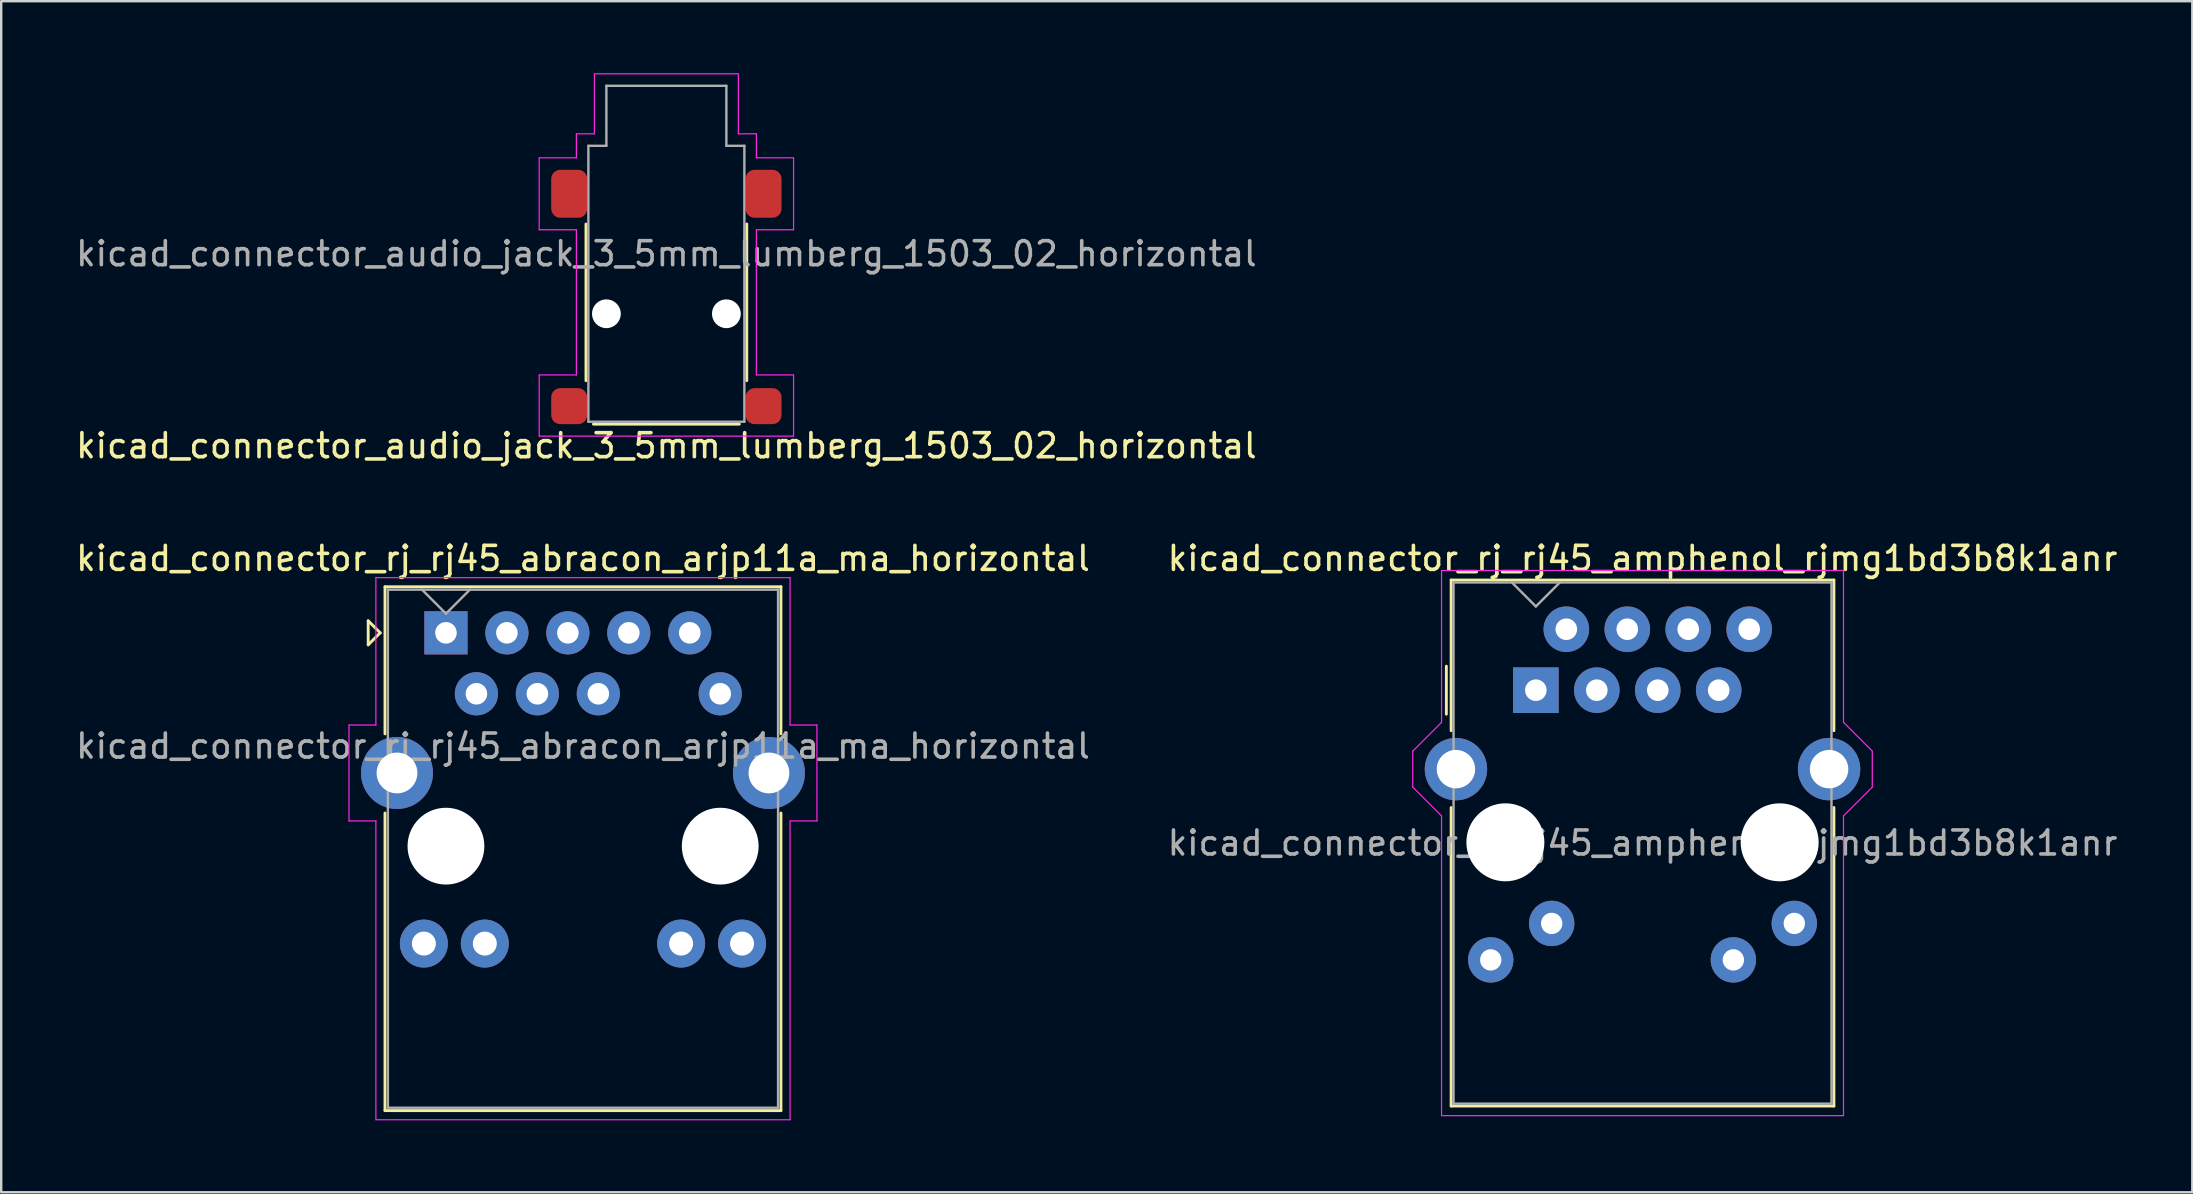
<source format=kicad_pcb>
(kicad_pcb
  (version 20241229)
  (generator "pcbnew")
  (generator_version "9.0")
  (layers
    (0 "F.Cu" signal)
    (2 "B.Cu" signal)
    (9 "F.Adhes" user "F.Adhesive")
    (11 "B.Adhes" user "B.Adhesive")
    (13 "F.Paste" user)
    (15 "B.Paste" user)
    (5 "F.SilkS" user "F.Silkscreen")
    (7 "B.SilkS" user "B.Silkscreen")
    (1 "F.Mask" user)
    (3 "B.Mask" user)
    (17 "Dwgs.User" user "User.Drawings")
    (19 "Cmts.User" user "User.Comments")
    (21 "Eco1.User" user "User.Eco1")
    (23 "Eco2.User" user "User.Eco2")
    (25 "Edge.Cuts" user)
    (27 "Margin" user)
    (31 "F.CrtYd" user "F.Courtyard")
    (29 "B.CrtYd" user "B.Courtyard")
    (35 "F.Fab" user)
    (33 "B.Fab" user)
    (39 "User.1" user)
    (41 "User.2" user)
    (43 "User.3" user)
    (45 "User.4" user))
  (footprint "kicad_connector_rj_rj45_abracon_arjp11a_ma_horizontal"
    (layer "F.Cu")
    (at 15.534 23.322)
    (property "Reference" "kicad_connector_rj_rj45_abracon_arjp11a_ma_horizontal" (at 5.71 -3.1 0) (layer "F.SilkS") (effects (font (size 1 1) (thickness 0.15))))
    (attr through_hole)
    (fp_line (start -3.24 -0.5) (end -3.24 0.5) (stroke (width 0.12) (type solid)) (layer "F.SilkS"))
    (fp_line (start -3.24 0.5) (end -2.74 0) (stroke (width 0.12) (type solid)) (layer "F.SilkS"))
    (fp_line (start -2.74 0) (end -3.24 -0.5) (stroke (width 0.12) (type solid)) (layer "F.SilkS"))
    (fp_line (start -2.54 -1.92) (end -2.54 4.21) (stroke (width 0.12) (type solid)) (layer "F.SilkS"))
    (fp_line (start -2.54 -1.92) (end 13.96 -1.92) (stroke (width 0.12) (type solid)) (layer "F.SilkS"))
    (fp_line (start -2.54 7.51) (end -2.54 19.91) (stroke (width 0.12) (type solid)) (layer "F.SilkS"))
    (fp_line (start -2.54 19.91) (end 13.96 19.91) (stroke (width 0.12) (type solid)) (layer "F.SilkS"))
    (fp_line (start 13.96 -1.92) (end 13.96 4.21) (stroke (width 0.12) (type solid)) (layer "F.SilkS"))
    (fp_line (start 13.96 7.51) (end 13.96 19.91) (stroke (width 0.12) (type solid)) (layer "F.SilkS"))
    (fp_line (start -4.04 3.84) (end -4.04 7.84) (stroke (width 0.05) (type solid)) (layer "F.CrtYd"))
    (fp_line (start -4.04 7.84) (end -2.92 7.84) (stroke (width 0.05) (type solid)) (layer "F.CrtYd"))
    (fp_line (start -2.92 -2.3) (end -2.92 3.84) (stroke (width 0.05) (type solid)) (layer "F.CrtYd"))
    (fp_line (start -2.92 -2.3) (end 14.34 -2.3) (stroke (width 0.05) (type solid)) (layer "F.CrtYd"))
    (fp_line (start -2.92 3.84) (end -4.04 3.84) (stroke (width 0.05) (type solid)) (layer "F.CrtYd"))
    (fp_line (start -2.92 7.84) (end -2.92 20.29) (stroke (width 0.05) (type solid)) (layer "F.CrtYd"))
    (fp_line (start -2.92 20.29) (end 14.34 20.29) (stroke (width 0.05) (type solid)) (layer "F.CrtYd"))
    (fp_line (start 14.34 -2.3) (end 14.34 3.84) (stroke (width 0.05) (type solid)) (layer "F.CrtYd"))
    (fp_line (start 14.34 7.84) (end 14.34 20.29) (stroke (width 0.05) (type solid)) (layer "F.CrtYd"))
    (fp_line (start 14.34 7.84) (end 15.46 7.84) (stroke (width 0.05) (type solid)) (layer "F.CrtYd"))
    (fp_line (start 15.46 3.84) (end 14.34 3.84) (stroke (width 0.05) (type solid)) (layer "F.CrtYd"))
    (fp_line (start 15.46 3.84) (end 15.46 7.84) (stroke (width 0.05) (type solid)) (layer "F.CrtYd"))
    (fp_line (start -2.42 -1.8) (end 13.84 -1.8) (stroke (width 0.1) (type solid)) (layer "F.Fab"))
    (fp_line (start -2.42 19.79) (end -2.42 -1.8) (stroke (width 0.1) (type solid)) (layer "F.Fab"))
    (fp_line (start 0 -0.8) (end -1 -1.8) (stroke (width 0.1) (type default)) (layer "F.Fab"))
    (fp_line (start 1 -1.8) (end 0 -0.8) (stroke (width 0.1) (type default)) (layer "F.Fab"))
    (fp_line (start 13.84 -1.8) (end 13.84 19.79) (stroke (width 0.1) (type solid)) (layer "F.Fab"))
    (fp_line (start 13.84 19.79) (end -2.42 19.79) (stroke (width 0.1) (type solid)) (layer "F.Fab"))
    (fp_text user "${REFERENCE}" (at 5.71 4.72 0) (layer "F.Fab") (effects (font (size 1 1) (thickness 0.15))))
    (pad "" np_thru_hole circle (at 0 8.89) (size 3.2 3.2) (drill 3.2) (layers "*.Cu" "*.Mask"))
    (pad "" np_thru_hole circle (at 11.43 8.89) (size 3.2 3.2) (drill 3.2) (layers "*.Cu" "*.Mask"))
    (pad "1" thru_hole rect (at 0 0) (size 1.8 1.8) (drill 0.9) (layers "*.Cu" "*.Mask"))
    (pad "2" thru_hole circle (at 1.27 2.54) (size 1.8 1.8) (drill 0.9) (layers "*.Cu" "*.Mask"))
    (pad "3" thru_hole circle (at 2.54 0) (size 1.8 1.8) (drill 0.9) (layers "*.Cu" "*.Mask"))
    (pad "4" thru_hole circle (at 3.81 2.54) (size 1.8 1.8) (drill 0.9) (layers "*.Cu" "*.Mask"))
    (pad "5" thru_hole circle (at 5.08 0) (size 1.8 1.8) (drill 0.9) (layers "*.Cu" "*.Mask"))
    (pad "6" thru_hole circle (at 6.35 2.54) (size 1.8 1.8) (drill 0.9) (layers "*.Cu" "*.Mask"))
    (pad "7" thru_hole circle (at 7.62 0) (size 1.8 1.8) (drill 0.9) (layers "*.Cu" "*.Mask"))
    (pad "9" thru_hole circle (at 10.16 0) (size 1.8 1.8) (drill 0.9) (layers "*.Cu" "*.Mask"))
    (pad "10" thru_hole circle (at 11.43 2.54) (size 1.8 1.8) (drill 0.9) (layers "*.Cu" "*.Mask"))
    (pad "11" thru_hole circle (at -0.92 12.95) (size 2 2) (drill 1) (layers "*.Cu" "*.Mask"))
    (pad "12" thru_hole circle (at 1.62 12.95) (size 2 2) (drill 1) (layers "*.Cu" "*.Mask"))
    (pad "13" thru_hole circle (at 9.8 12.95) (size 2 2) (drill 1) (layers "*.Cu" "*.Mask"))
    (pad "14" thru_hole circle (at 12.34 12.95) (size 2 2) (drill 1) (layers "*.Cu" "*.Mask"))
    (pad "SH" thru_hole circle (at -2.04 5.84) (size 3 3) (drill 1.7) (layers "*.Cu" "*.Mask"))
    (pad "SH" thru_hole circle (at 13.46 5.84) (size 3 3) (drill 1.7) (layers "*.Cu" "*.Mask")))
  (footprint "kicad_connector_audio_jack_3_5mm_lumberg_1503_02_horizontal"
    (layer "F.Cu")
    (at 24.72 7.525)
    (property "Reference" "kicad_connector_audio_jack_3_5mm_lumberg_1503_02_horizontal" (at 0 8 0) (unlocked yes) (layer "F.SilkS") (effects (font (size 1 1) (thickness 0.15))))
    (attr smd)
    (fp_line (start -3.35 -1.24) (end -3.35 5.29) (stroke (width 0.12) (type solid)) (layer "F.SilkS"))
    (fp_line (start 3.04 7.1) (end -3.04 7.1) (stroke (width 0.12) (type solid)) (layer "F.SilkS"))
    (fp_line (start 3.35 -1.24) (end 3.35 5.29) (stroke (width 0.12) (type solid)) (layer "F.SilkS"))
    (fp_line (start -5.3 -4) (end -5.3 -1) (stroke (width 0.05) (type solid)) (layer "F.CrtYd"))
    (fp_line (start -5.3 -4) (end -3.75 -4) (stroke (width 0.05) (type default)) (layer "F.CrtYd"))
    (fp_line (start -5.3 -1) (end -3.75 -1) (stroke (width 0.05) (type default)) (layer "F.CrtYd"))
    (fp_line (start -5.3 5.05) (end -5.3 7.6) (stroke (width 0.05) (type solid)) (layer "F.CrtYd"))
    (fp_line (start -5.3 5.05) (end -3.75 5.05) (stroke (width 0.05) (type default)) (layer "F.CrtYd"))
    (fp_line (start -5.3 7.6) (end 5.3 7.6) (stroke (width 0.05) (type solid)) (layer "F.CrtYd"))
    (fp_line (start -3.75 -5) (end -3.75 -4) (stroke (width 0.05) (type default)) (layer "F.CrtYd"))
    (fp_line (start -3.75 -5) (end -3 -5) (stroke (width 0.05) (type default)) (layer "F.CrtYd"))
    (fp_line (start -3.75 -1) (end -3.75 5.05) (stroke (width 0.05) (type default)) (layer "F.CrtYd"))
    (fp_line (start -3 -7.5) (end -3 -5) (stroke (width 0.05) (type default)) (layer "F.CrtYd"))
    (fp_line (start -3 -7.5) (end 3 -7.5) (stroke (width 0.05) (type solid)) (layer "F.CrtYd"))
    (fp_line (start 3 -7.5) (end 3 -5) (stroke (width 0.05) (type default)) (layer "F.CrtYd"))
    (fp_line (start 3 -5) (end 3.75 -5) (stroke (width 0.05) (type default)) (layer "F.CrtYd"))
    (fp_line (start 3.75 -5) (end 3.75 -4) (stroke (width 0.05) (type default)) (layer "F.CrtYd"))
    (fp_line (start 3.75 -4) (end 5.3 -4) (stroke (width 0.05) (type default)) (layer "F.CrtYd"))
    (fp_line (start 3.75 -1) (end 3.75 5.05) (stroke (width 0.05) (type default)) (layer "F.CrtYd"))
    (fp_line (start 3.75 -1) (end 5.3 -1) (stroke (width 0.05) (type default)) (layer "F.CrtYd"))
    (fp_line (start 3.75 5.05) (end 5.3 5.05) (stroke (width 0.05) (type default)) (layer "F.CrtYd"))
    (fp_line (start 5.3 -4) (end 5.3 -1) (stroke (width 0.05) (type solid)) (layer "F.CrtYd"))
    (fp_line (start 5.3 5.05) (end 5.3 7.6) (stroke (width 0.05) (type solid)) (layer "F.CrtYd"))
    (fp_line (start -3.25 -4.5) (end -2.5 -4.5) (stroke (width 0.1) (type solid)) (layer "F.Fab"))
    (fp_line (start -3.25 7) (end -3.25 -4.5) (stroke (width 0.1) (type solid)) (layer "F.Fab"))
    (fp_line (start -3.25 7) (end 3.25 7) (stroke (width 0.1) (type solid)) (layer "F.Fab"))
    (fp_line (start -2.5 -7) (end -2.5 -4.5) (stroke (width 0.1) (type solid)) (layer "F.Fab"))
    (fp_line (start -2.5 -7) (end 2.5 -7) (stroke (width 0.1) (type solid)) (layer "F.Fab"))
    (fp_line (start 2.5 -4.5) (end 2.5 -7) (stroke (width 0.1) (type solid)) (layer "F.Fab"))
    (fp_line (start 2.5 -4.5) (end 3.25 -4.5) (stroke (width 0.1) (type solid)) (layer "F.Fab"))
    (fp_line (start 3.25 -4.5) (end 3.25 7) (stroke (width 0.1) (type solid)) (layer "F.Fab"))
    (fp_text user "${REFERENCE}" (at 0 0 0) (unlocked yes) (layer "F.Fab") (effects (font (size 1 1) (thickness 0.15))))
    (pad "" np_thru_hole circle (at -2.5 2.5) (size 1.2 1.2) (drill 1.2) (layers "*.Cu" "*.Mask"))
    (pad "" np_thru_hole circle (at 2.5 2.5) (size 1.2 1.2) (drill 1.2) (layers "*.Cu" "*.Mask"))
    (pad "R" smd roundrect (at 4.05 6.35) (size 1.5 1.5) (layers "F.Cu" "F.Mask" "F.Paste") (roundrect_rratio 0.25))
    (pad "S" smd roundrect (at -4.05 6.35) (size 1.5 1.5) (layers "F.Cu" "F.Mask" "F.Paste") (roundrect_rratio 0.25))
    (pad "T" smd roundrect (at -4.05 -2.5) (size 1.5 2) (layers "F.Cu" "F.Mask" "F.Paste") (roundrect_rratio 0.25))
    (pad "T" smd roundrect (at 4.05 -2.5) (size 1.5 2) (layers "F.Cu" "F.Mask" "F.Paste") (roundrect_rratio 0.25)))
  (footprint "kicad_connector_rj_rj45_amphenol_rjmg1bd3b8k1anr"
    (layer "F.Cu")
    (at 60.954 25.712)
    (property "Reference" "kicad_connector_rj_rj45_amphenol_rjmg1bd3b8k1anr" (at 4.445 -5.49 0) (layer "F.SilkS") (effects (font (size 1 1) (thickness 0.15))))
    (attr through_hole)
    (fp_line (start -3.73 -1) (end -3.73 1) (stroke (width 0.12) (type solid)) (layer "F.SilkS"))
    (fp_line (start -3.53 -4.59) (end 12.42 -4.59) (stroke (width 0.12) (type solid)) (layer "F.SilkS"))
    (fp_line (start -3.53 1.69) (end -3.53 -4.59) (stroke (width 0.12) (type solid)) (layer "F.SilkS"))
    (fp_line (start -3.53 17.33) (end -3.53 4.89) (stroke (width 0.12) (type solid)) (layer "F.SilkS"))
    (fp_line (start 12.42 -4.59) (end 12.42 1.69) (stroke (width 0.12) (type solid)) (layer "F.SilkS"))
    (fp_line (start 12.42 4.89) (end 12.42 17.33) (stroke (width 0.12) (type solid)) (layer "F.SilkS"))
    (fp_line (start 12.42 17.33) (end -3.53 17.33) (stroke (width 0.12) (type solid)) (layer "F.SilkS"))
    (fp_line (start -5.13 2.54) (end -5.13 4.04) (stroke (width 0.05) (type solid)) (layer "F.CrtYd"))
    (fp_line (start -5.13 4.04) (end -3.93 5.24) (stroke (width 0.05) (type default)) (layer "F.CrtYd"))
    (fp_line (start -3.93 -4.99) (end -3.93 1.34) (stroke (width 0.05) (type solid)) (layer "F.CrtYd"))
    (fp_line (start -3.93 1.34) (end -5.13 2.54) (stroke (width 0.05) (type default)) (layer "F.CrtYd"))
    (fp_line (start -3.93 5.24) (end -3.93 17.73) (stroke (width 0.05) (type solid)) (layer "F.CrtYd"))
    (fp_line (start -3.93 17.73) (end 12.82 17.73) (stroke (width 0.05) (type solid)) (layer "F.CrtYd"))
    (fp_line (start 12.82 -4.99) (end -3.93 -4.99) (stroke (width 0.05) (type solid)) (layer "F.CrtYd"))
    (fp_line (start 12.82 -4.99) (end 12.82 1.34) (stroke (width 0.05) (type solid)) (layer "F.CrtYd"))
    (fp_line (start 12.82 1.34) (end 14.02 2.54) (stroke (width 0.05) (type default)) (layer "F.CrtYd"))
    (fp_line (start 12.82 5.24) (end 12.82 17.73) (stroke (width 0.05) (type solid)) (layer "F.CrtYd"))
    (fp_line (start 14.02 2.54) (end 14.02 4.04) (stroke (width 0.05) (type solid)) (layer "F.CrtYd"))
    (fp_line (start 14.02 4.04) (end 12.82 5.24) (stroke (width 0.05) (type default)) (layer "F.CrtYd"))
    (fp_line (start -3.43 -4.49) (end 12.32 -4.49) (stroke (width 0.1) (type solid)) (layer "F.Fab"))
    (fp_line (start -3.43 17.23) (end -3.43 -4.49) (stroke (width 0.1) (type solid)) (layer "F.Fab"))
    (fp_line (start 0 -3.49) (end -1 -4.49) (stroke (width 0.1) (type default)) (layer "F.Fab"))
    (fp_line (start 0 -3.49) (end 1 -4.49) (stroke (width 0.1) (type default)) (layer "F.Fab"))
    (fp_line (start 12.32 -4.49) (end 12.32 17.23) (stroke (width 0.1) (type solid)) (layer "F.Fab"))
    (fp_line (start 12.32 17.23) (end -3.43 17.23) (stroke (width 0.1) (type solid)) (layer "F.Fab"))
    (fp_text user "${REFERENCE}" (at 4.445 6.37 0) (layer "F.Fab") (effects (font (size 1 1) (thickness 0.15))))
    (pad "" np_thru_hole circle (at -1.27 6.34) (size 3.25 3.25) (drill 3.25) (layers "*.Cu" "*.Mask"))
    (pad "" np_thru_hole circle (at 10.16 6.34) (size 3.25 3.25) (drill 3.25) (layers "*.Cu" "*.Mask"))
    (pad "L1" thru_hole circle (at 10.77 9.72) (size 1.89 1.89) (drill 0.89) (layers "*.Cu" "*.Mask"))
    (pad "L2" thru_hole circle (at 8.23 11.24) (size 1.89 1.89) (drill 0.89) (layers "*.Cu" "*.Mask"))
    (pad "L3" thru_hole circle (at 0.66 9.72) (size 1.89 1.89) (drill 0.89) (layers "*.Cu" "*.Mask"))
    (pad "L4" thru_hole circle (at -1.88 11.24) (size 1.89 1.89) (drill 0.89) (layers "*.Cu" "*.Mask"))
    (pad "R1" thru_hole rect (at 0 0) (size 1.9 1.9) (drill 0.9) (layers "*.Cu" "*.Mask"))
    (pad "R2" thru_hole circle (at 1.27 -2.54) (size 1.9 1.9) (drill 0.9) (layers "*.Cu" "*.Mask"))
    (pad "R3" thru_hole circle (at 2.54 0) (size 1.9 1.9) (drill 0.9) (layers "*.Cu" "*.Mask"))
    (pad "R4" thru_hole circle (at 3.81 -2.54) (size 1.9 1.9) (drill 0.9) (layers "*.Cu" "*.Mask"))
    (pad "R5" thru_hole circle (at 5.08 0) (size 1.9 1.9) (drill 0.9) (layers "*.Cu" "*.Mask"))
    (pad "R6" thru_hole circle (at 6.35 -2.54) (size 1.9 1.9) (drill 0.9) (layers "*.Cu" "*.Mask"))
    (pad "R7" thru_hole circle (at 7.62 0) (size 1.9 1.9) (drill 0.9) (layers "*.Cu" "*.Mask"))
    (pad "R8" thru_hole circle (at 8.89 -2.54) (size 1.9 1.9) (drill 0.9) (layers "*.Cu" "*.Mask"))
    (pad "SH" thru_hole circle (at -3.33 3.29) (size 2.6 2.6) (drill 1.6) (layers "*.Cu" "*.Mask"))
    (pad "SH" thru_hole circle (at 12.22 3.29) (size 2.6 2.6) (drill 1.6) (layers "*.Cu" "*.Mask")))
  (gr_rect
    (start -3 -3)
    (end 88.31 46.636)
    (stroke (width 0.1) (type default))
    (fill no)
    (layer "Edge.Cuts")))
</source>
